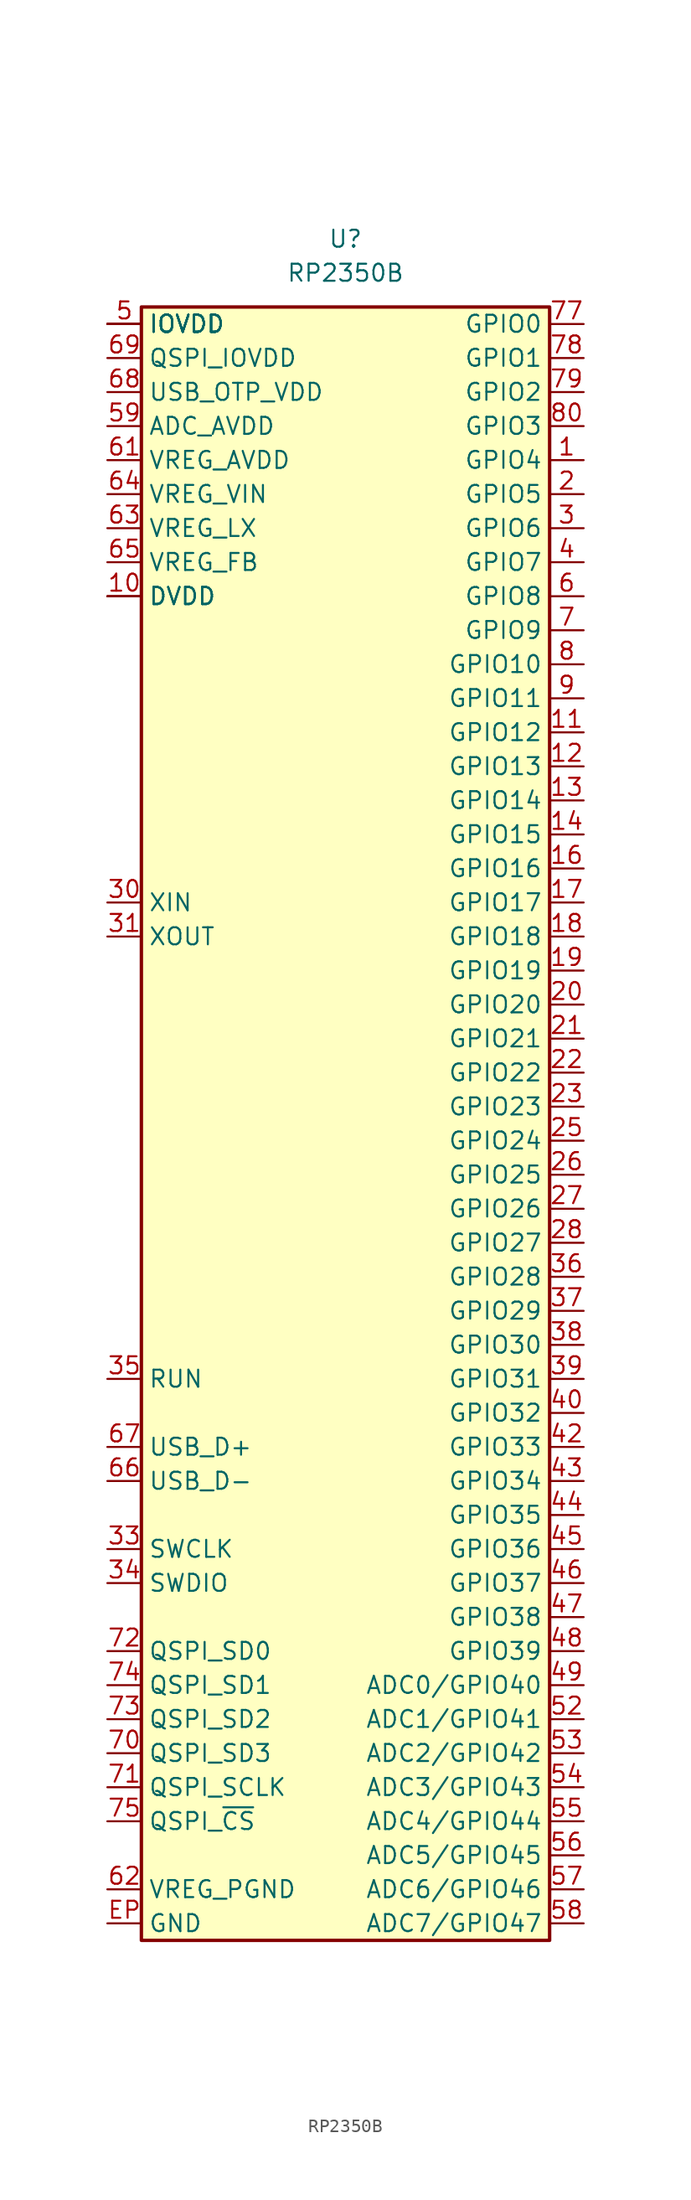
<source format=kicad_sym>
(kicad_symbol_lib
  (version 20231120)
  (generator "kicad_symbol_editor")
  (generator_version "8.0")
  (symbol "RP2350B"
    (property "Reference" "U"
      (at 0 66.04 0)
      (effects (font (size 1.27 1.27))))
    (property "Value" "RP2350B"
      (at 0 63.5 0)
      (effects (font (size 1.27 1.27))))
    (symbol "RP2350B_1_0"
      (pin bidirectional line (at 17.78 49.53 180) (length 2.54) (name "GPIO4" (effects (font (size 1.27 1.27)))) (number "1" (effects (font (size 1.27 1.27)))))
      (pin power_in line (at -17.78 39.37 0) (length 2.54) (name "DVDD" (effects (font (size 1.27 1.27)))) (number "10" (effects (font (size 1.27 1.27)))))
      (pin bidirectional line (at 17.78 29.21 180) (length 2.54) (name "GPIO12" (effects (font (size 1.27 1.27)))) (number "11" (effects (font (size 1.27 1.27)))))
      (pin bidirectional line (at 17.78 26.67 180) (length 2.54) (name "GPIO13" (effects (font (size 1.27 1.27)))) (number "12" (effects (font (size 1.27 1.27)))))
      (pin bidirectional line (at 17.78 24.13 180) (length 2.54) (name "GPIO14" (effects (font (size 1.27 1.27)))) (number "13" (effects (font (size 1.27 1.27)))))
      (pin bidirectional line (at 17.78 21.59 180) (length 2.54) (name "GPIO15" (effects (font (size 1.27 1.27)))) (number "14" (effects (font (size 1.27 1.27)))))
      (pin power_in line (at -17.78 59.69 0) (length 2.54) (name "IOVDD" (effects (font (size 1.27 1.27)))) (number "15" (effects (font (size 0 0)))))
      (pin bidirectional line (at 17.78 19.05 180) (length 2.54) (name "GPIO16" (effects (font (size 1.27 1.27)))) (number "16" (effects (font (size 1.27 1.27)))))
      (pin bidirectional line (at 17.78 16.51 180) (length 2.54) (name "GPIO17" (effects (font (size 1.27 1.27)))) (number "17" (effects (font (size 1.27 1.27)))))
      (pin bidirectional line (at 17.78 13.97 180) (length 2.54) (name "GPIO18" (effects (font (size 1.27 1.27)))) (number "18" (effects (font (size 1.27 1.27)))))
      (pin bidirectional line (at 17.78 11.43 180) (length 2.54) (name "GPIO19" (effects (font (size 1.27 1.27)))) (number "19" (effects (font (size 1.27 1.27)))))
      (pin bidirectional line (at 17.78 46.99 180) (length 2.54) (name "GPIO5" (effects (font (size 1.27 1.27)))) (number "2" (effects (font (size 1.27 1.27)))))
      (pin bidirectional line (at 17.78 8.89 180) (length 2.54) (name "GPIO20" (effects (font (size 1.27 1.27)))) (number "20" (effects (font (size 1.27 1.27)))))
      (pin bidirectional line (at 17.78 6.35 180) (length 2.54) (name "GPIO21" (effects (font (size 1.27 1.27)))) (number "21" (effects (font (size 1.27 1.27)))))
      (pin bidirectional line (at 17.78 3.81 180) (length 2.54) (name "GPIO22" (effects (font (size 1.27 1.27)))) (number "22" (effects (font (size 1.27 1.27)))))
      (pin bidirectional line (at 17.78 1.27 180) (length 2.54) (name "GPIO23" (effects (font (size 1.27 1.27)))) (number "23" (effects (font (size 1.27 1.27)))))
      (pin power_in line (at -17.78 59.69 0) (length 2.54) (name "IOVDD" (effects (font (size 1.27 1.27)))) (number "24" (effects (font (size 0 0)))))
      (pin bidirectional line (at 17.78 -1.27 180) (length 2.54) (name "GPIO24" (effects (font (size 1.27 1.27)))) (number "25" (effects (font (size 1.27 1.27)))))
      (pin bidirectional line (at 17.78 -3.81 180) (length 2.54) (name "GPIO25" (effects (font (size 1.27 1.27)))) (number "26" (effects (font (size 1.27 1.27)))))
      (pin bidirectional line (at 17.78 -6.35 180) (length 2.54) (name "GPIO26" (effects (font (size 1.27 1.27)))) (number "27" (effects (font (size 1.27 1.27)))))
      (pin bidirectional line (at 17.78 -8.89 180) (length 2.54) (name "GPIO27" (effects (font (size 1.27 1.27)))) (number "28" (effects (font (size 1.27 1.27)))))
      (pin power_in line (at -17.78 59.69 0) (length 2.54) (name "IOVDD" (effects (font (size 1.27 1.27)))) (number "29" (effects (font (size 0 0)))))
      (pin bidirectional line (at 17.78 44.45 180) (length 2.54) (name "GPIO6" (effects (font (size 1.27 1.27)))) (number "3" (effects (font (size 1.27 1.27)))))
      (pin input line (at -17.78 16.51 0) (length 2.54) (name "XIN" (effects (font (size 1.27 1.27)))) (number "30" (effects (font (size 1.27 1.27)))))
      (pin output line (at -17.78 13.97 0) (length 2.54) (name "XOUT" (effects (font (size 1.27 1.27)))) (number "31" (effects (font (size 1.27 1.27)))))
      (pin power_in line (at -17.78 39.37 0) (length 2.54) (name "DVDD" (effects (font (size 1.27 1.27)))) (number "32" (effects (font (size 0 0)))))
      (pin output line (at -17.78 -31.75 0) (length 2.54) (name "SWCLK" (effects (font (size 1.27 1.27)))) (number "33" (effects (font (size 1.27 1.27)))))
      (pin bidirectional line (at -17.78 -34.29 0) (length 2.54) (name "SWDIO" (effects (font (size 1.27 1.27)))) (number "34" (effects (font (size 1.27 1.27)))))
      (pin input line (at -17.78 -19.05 0) (length 2.54) (name "RUN" (effects (font (size 1.27 1.27)))) (number "35" (effects (font (size 1.27 1.27)))))
      (pin bidirectional line (at 17.78 -11.43 180) (length 2.54) (name "GPIO28" (effects (font (size 1.27 1.27)))) (number "36" (effects (font (size 1.27 1.27)))))
      (pin bidirectional line (at 17.78 -13.97 180) (length 2.54) (name "GPIO29" (effects (font (size 1.27 1.27)))) (number "37" (effects (font (size 1.27 1.27)))))
      (pin bidirectional line (at 17.78 -16.51 180) (length 2.54) (name "GPIO30" (effects (font (size 1.27 1.27)))) (number "38" (effects (font (size 1.27 1.27)))))
      (pin bidirectional line (at 17.78 -19.05 180) (length 2.54) (name "GPIO31" (effects (font (size 1.27 1.27)))) (number "39" (effects (font (size 1.27 1.27)))))
      (pin bidirectional line (at 17.78 41.91 180) (length 2.54) (name "GPIO7" (effects (font (size 1.27 1.27)))) (number "4" (effects (font (size 1.27 1.27)))))
      (pin bidirectional line (at 17.78 -21.59 180) (length 2.54) (name "GPIO32" (effects (font (size 1.27 1.27)))) (number "40" (effects (font (size 1.27 1.27)))))
      (pin power_in line (at -17.78 59.69 0) (length 2.54) (name "IOVDD" (effects (font (size 1.27 1.27)))) (number "41" (effects (font (size 0 0)))))
      (pin bidirectional line (at 17.78 -24.13 180) (length 2.54) (name "GPIO33" (effects (font (size 1.27 1.27)))) (number "42" (effects (font (size 1.27 1.27)))))
      (pin bidirectional line (at 17.78 -26.67 180) (length 2.54) (name "GPIO34" (effects (font (size 1.27 1.27)))) (number "43" (effects (font (size 1.27 1.27)))))
      (pin bidirectional line (at 17.78 -29.21 180) (length 2.54) (name "GPIO35" (effects (font (size 1.27 1.27)))) (number "44" (effects (font (size 1.27 1.27)))))
      (pin bidirectional line (at 17.78 -31.75 180) (length 2.54) (name "GPIO36" (effects (font (size 1.27 1.27)))) (number "45" (effects (font (size 1.27 1.27)))))
      (pin bidirectional line (at 17.78 -34.29 180) (length 2.54) (name "GPIO37" (effects (font (size 1.27 1.27)))) (number "46" (effects (font (size 1.27 1.27)))))
      (pin bidirectional line (at 17.78 -36.83 180) (length 2.54) (name "GPIO38" (effects (font (size 1.27 1.27)))) (number "47" (effects (font (size 1.27 1.27)))))
      (pin bidirectional line (at 17.78 -39.37 180) (length 2.54) (name "GPIO39" (effects (font (size 1.27 1.27)))) (number "48" (effects (font (size 1.27 1.27)))))
      (pin bidirectional line (at 17.78 -41.91 180) (length 2.54) (name "ADC0/GPIO40" (effects (font (size 1.27 1.27)))) (number "49" (effects (font (size 1.27 1.27)))))
      (pin power_in line (at -17.78 59.69 0) (length 2.54) (name "IOVDD" (effects (font (size 1.27 1.27)))) (number "5" (effects (font (size 1.27 1.27)))))
      (pin power_in line (at -17.78 59.69 0) (length 2.54) (name "IOVDD" (effects (font (size 1.27 1.27)))) (number "50" (effects (font (size 0 0)))))
      (pin power_in line (at -17.78 39.37 0) (length 2.54) (name "DVDD" (effects (font (size 1.27 1.27)))) (number "51" (effects (font (size 0 0)))))
      (pin bidirectional line (at 17.78 -44.45 180) (length 2.54) (name "ADC1/GPIO41" (effects (font (size 1.27 1.27)))) (number "52" (effects (font (size 1.27 1.27)))))
      (pin bidirectional line (at 17.78 -46.99 180) (length 2.54) (name "ADC2/GPIO42" (effects (font (size 1.27 1.27)))) (number "53" (effects (font (size 1.27 1.27)))))
      (pin bidirectional line (at 17.78 -49.53 180) (length 2.54) (name "ADC3/GPIO43" (effects (font (size 1.27 1.27)))) (number "54" (effects (font (size 1.27 1.27)))))
      (pin bidirectional line (at 17.78 -52.07 180) (length 2.54) (name "ADC4/GPIO44" (effects (font (size 1.27 1.27)))) (number "55" (effects (font (size 1.27 1.27)))))
      (pin bidirectional line (at 17.78 -54.61 180) (length 2.54) (name "ADC5/GPIO45" (effects (font (size 1.27 1.27)))) (number "56" (effects (font (size 1.27 1.27)))))
      (pin bidirectional line (at 17.78 -57.15 180) (length 2.54) (name "ADC6/GPIO46" (effects (font (size 1.27 1.27)))) (number "57" (effects (font (size 1.27 1.27)))))
      (pin bidirectional line (at 17.78 -59.69 180) (length 2.54) (name "ADC7/GPIO47" (effects (font (size 1.27 1.27)))) (number "58" (effects (font (size 1.27 1.27)))))
      (pin power_in line (at -17.78 52.07 0) (length 2.54) (name "ADC_AVDD" (effects (font (size 1.27 1.27)))) (number "59" (effects (font (size 1.27 1.27)))))
      (pin bidirectional line (at 17.78 39.37 180) (length 2.54) (name "GPIO8" (effects (font (size 1.27 1.27)))) (number "6" (effects (font (size 1.27 1.27)))))
      (pin power_in line (at -17.78 59.69 0) (length 2.54) hide (name "IOVDD" (effects (font (size 1.27 1.27)))) (number "60" (effects (font (size 1.27 1.27)))))
      (pin power_in line (at -17.78 49.53 0) (length 2.54) (name "VREG_AVDD" (effects (font (size 1.27 1.27)))) (number "61" (effects (font (size 1.27 1.27)))))
      (pin power_in line (at -17.78 -57.15 0) (length 2.54) (name "VREG_PGND" (effects (font (size 1.27 1.27)))) (number "62" (effects (font (size 1.27 1.27)))))
      (pin power_out line (at -17.78 44.45 0) (length 2.54) (name "VREG_LX" (effects (font (size 1.27 1.27)))) (number "63" (effects (font (size 1.27 1.27)))))
      (pin power_in line (at -17.78 46.99 0) (length 2.54) (name "VREG_VIN" (effects (font (size 1.27 1.27)))) (number "64" (effects (font (size 1.27 1.27)))))
      (pin input line (at -17.78 41.91 0) (length 2.54) (name "VREG_FB" (effects (font (size 1.27 1.27)))) (number "65" (effects (font (size 1.27 1.27)))))
      (pin bidirectional line (at -17.78 -26.67 0) (length 2.54) (name "USB_D-" (effects (font (size 1.27 1.27)))) (number "66" (effects (font (size 1.27 1.27)))))
      (pin bidirectional line (at -17.78 -24.13 0) (length 2.54) (name "USB_D+" (effects (font (size 1.27 1.27)))) (number "67" (effects (font (size 1.27 1.27)))))
      (pin power_in line (at -17.78 54.61 0) (length 2.54) (name "USB_OTP_VDD" (effects (font (size 1.27 1.27)))) (number "68" (effects (font (size 1.27 1.27)))))
      (pin power_in line (at -17.78 57.15 0) (length 2.54) (name "QSPI_IOVDD" (effects (font (size 1.27 1.27)))) (number "69" (effects (font (size 1.27 1.27)))))
      (pin bidirectional line (at 17.78 36.83 180) (length 2.54) (name "GPIO9" (effects (font (size 1.27 1.27)))) (number "7" (effects (font (size 1.27 1.27)))))
      (pin bidirectional line (at -17.78 -46.99 0) (length 2.54) (name "QSPI_SD3" (effects (font (size 1.27 1.27)))) (number "70" (effects (font (size 1.27 1.27)))))
      (pin output line (at -17.78 -49.53 0) (length 2.54) (name "QSPI_SCLK" (effects (font (size 1.27 1.27)))) (number "71" (effects (font (size 1.27 1.27)))))
      (pin bidirectional line (at -17.78 -39.37 0) (length 2.54) (name "QSPI_SD0" (effects (font (size 1.27 1.27)))) (number "72" (effects (font (size 1.27 1.27)))))
      (pin bidirectional line (at -17.78 -44.45 0) (length 2.54) (name "QSPI_SD2" (effects (font (size 1.27 1.27)))) (number "73" (effects (font (size 1.27 1.27)))))
      (pin bidirectional line (at -17.78 -41.91 0) (length 2.54) (name "QSPI_SD1" (effects (font (size 1.27 1.27)))) (number "74" (effects (font (size 1.27 1.27)))))
      (pin bidirectional line (at -17.78 -52.07 0) (length 2.54) (name "QSPI_~{CS}" (effects (font (size 1.27 1.27)))) (number "75" (effects (font (size 1.27 1.27)))))
      (pin power_in line (at -17.78 59.69 0) (length 2.54) hide (name "IOVDD" (effects (font (size 1.27 1.27)))) (number "76" (effects (font (size 1.27 1.27)))))
      (pin bidirectional line (at 17.78 59.69 180) (length 2.54) (name "GPIO0" (effects (font (size 1.27 1.27)))) (number "77" (effects (font (size 1.27 1.27)))))
      (pin bidirectional line (at 17.78 57.15 180) (length 2.54) (name "GPIO1" (effects (font (size 1.27 1.27)))) (number "78" (effects (font (size 1.27 1.27)))))
      (pin bidirectional line (at 17.78 54.61 180) (length 2.54) (name "GPIO2" (effects (font (size 1.27 1.27)))) (number "79" (effects (font (size 1.27 1.27)))))
      (pin bidirectional line (at 17.78 34.29 180) (length 2.54) (name "GPIO10" (effects (font (size 1.27 1.27)))) (number "8" (effects (font (size 1.27 1.27)))))
      (pin bidirectional line (at 17.78 52.07 180) (length 2.54) (name "GPIO3" (effects (font (size 1.27 1.27)))) (number "80" (effects (font (size 1.27 1.27)))))
      (pin bidirectional line (at 17.78 31.75 180) (length 2.54) (name "GPIO11" (effects (font (size 1.27 1.27)))) (number "9" (effects (font (size 1.27 1.27)))))
      (pin power_in line (at -17.78 -59.69 0) (length 2.54) (name "GND" (effects (font (size 1.27 1.27)))) (number "EP" (effects (font (size 1.27 1.27))))))
    (symbol "RP2350B_1_1"
      (rectangle (start -15.24 60.96) (end 15.24 -60.96) (stroke (width 0.254) (type default)) (fill (type background))))))
</source>
